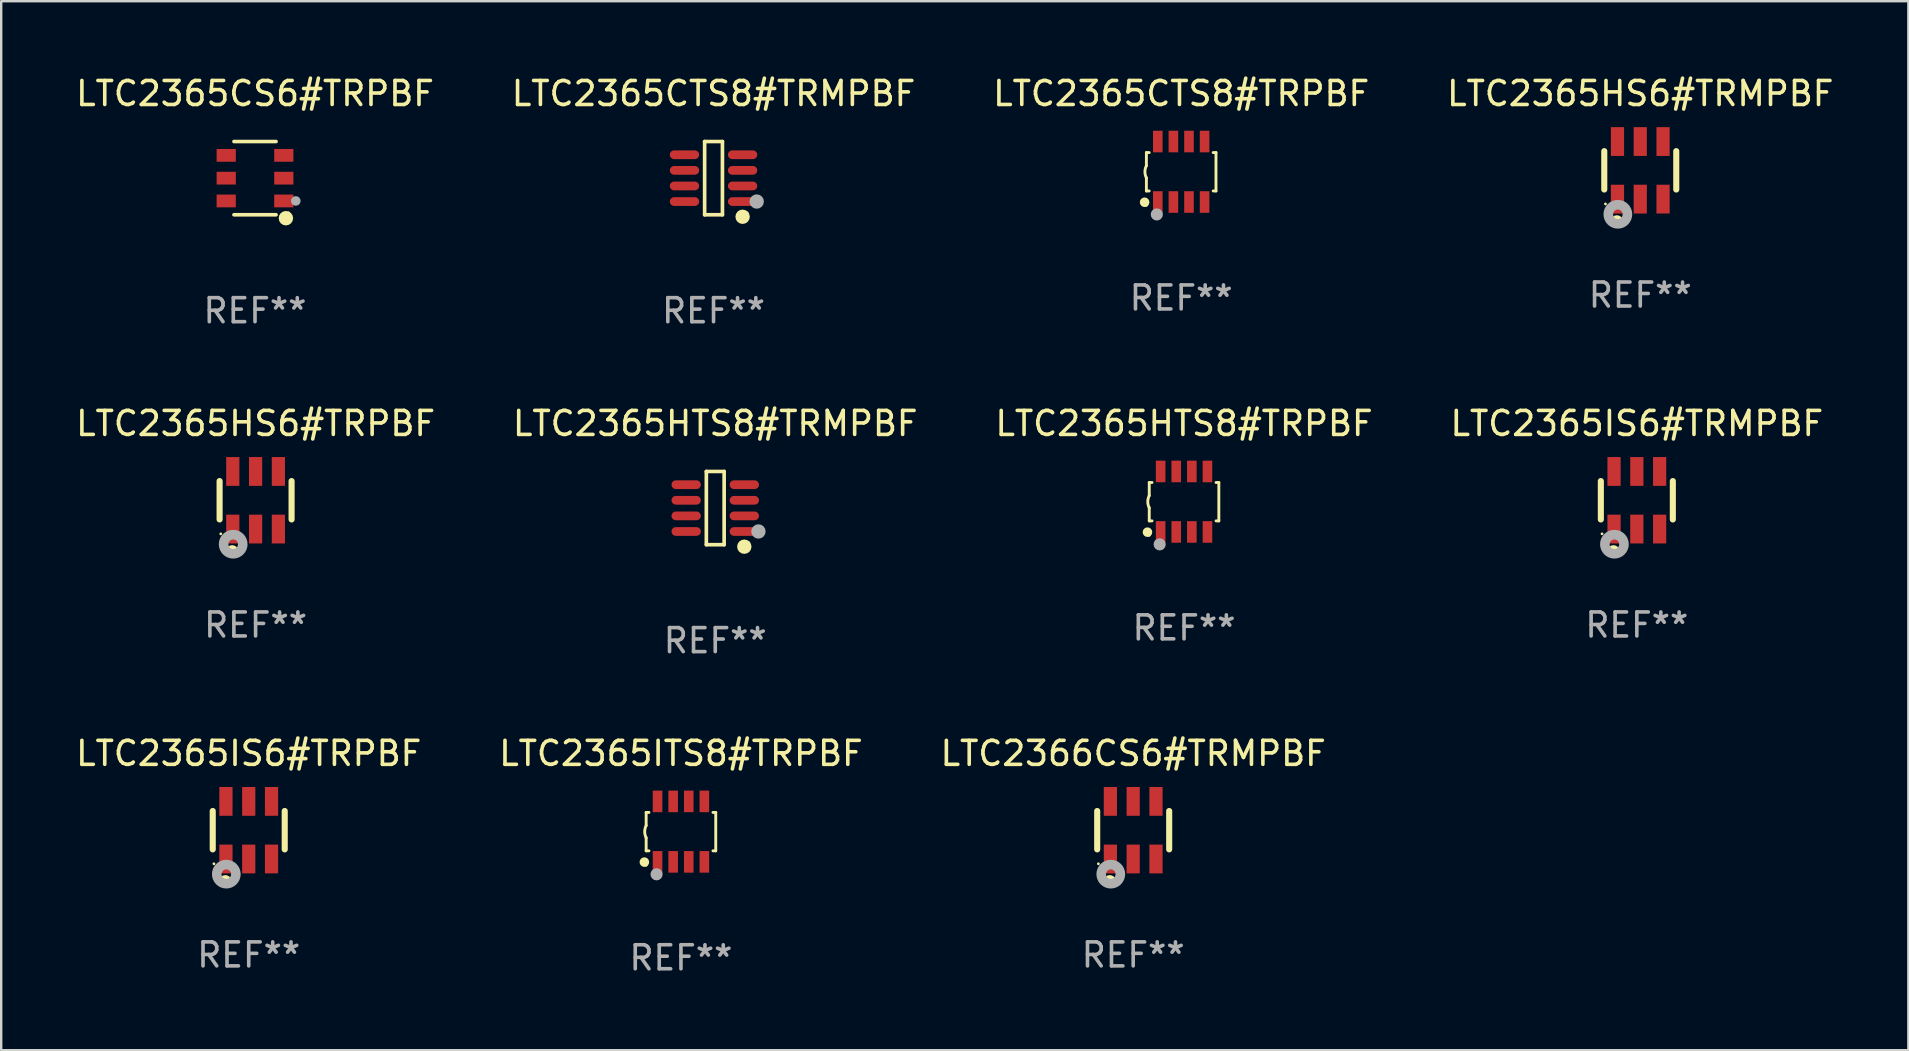
<source format=kicad_pcb>
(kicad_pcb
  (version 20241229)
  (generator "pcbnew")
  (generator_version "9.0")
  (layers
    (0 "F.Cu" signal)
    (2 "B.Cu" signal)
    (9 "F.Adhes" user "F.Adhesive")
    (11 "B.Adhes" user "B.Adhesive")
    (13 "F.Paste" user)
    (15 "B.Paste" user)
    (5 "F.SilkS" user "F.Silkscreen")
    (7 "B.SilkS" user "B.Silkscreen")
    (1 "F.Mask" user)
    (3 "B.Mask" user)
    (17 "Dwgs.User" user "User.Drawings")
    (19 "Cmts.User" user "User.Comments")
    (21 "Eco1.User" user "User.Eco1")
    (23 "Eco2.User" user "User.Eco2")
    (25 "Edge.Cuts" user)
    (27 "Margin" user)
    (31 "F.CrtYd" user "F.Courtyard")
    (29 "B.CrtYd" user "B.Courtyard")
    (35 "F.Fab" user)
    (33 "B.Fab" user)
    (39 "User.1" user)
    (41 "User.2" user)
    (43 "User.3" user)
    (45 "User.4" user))
  (footprint "LTC2365HTS8#TRPBF"
    (layer "F.Cu")
    (at 46.292 17.857)
    (property "Reference" "LTC2365HTS8#TRPBF" (at 0 -3.26 0) (layer "F.SilkS") (effects (font (size 1 1) (thickness 0.15))))
    (attr through_hole)
    (fp_line (start -1.45 -0.8) (end -1.45 -0.254) (stroke (width 0.12) (type solid)) (layer "F.SilkS"))
    (fp_line (start -1.45 -0.8) (end -1.334 -0.8) (stroke (width 0.12) (type solid)) (layer "F.SilkS"))
    (fp_line (start -1.45 0.8) (end -1.45 0.254) (stroke (width 0.12) (type solid)) (layer "F.SilkS"))
    (fp_line (start -1.45 0.8) (end -1.334 0.8) (stroke (width 0.12) (type solid)) (layer "F.SilkS"))
    (fp_line (start 1.334 -0.8) (end 1.45 -0.8) (stroke (width 0.12) (type solid)) (layer "F.SilkS"))
    (fp_line (start 1.334 0.8) (end 1.45 0.8) (stroke (width 0.12) (type solid)) (layer "F.SilkS"))
    (fp_line (start 1.45 0.8) (end 1.45 -0.8) (stroke (width 0.12) (type solid)) (layer "F.SilkS"))
    (fp_arc (start -1.45075 0.255144) (mid -1.510605 0.000434) (end -1.450013 -0.254102) (stroke (width 0.11999) (type solid)) (layer "F.SilkS"))
    (fp_circle (center -1.524 1.27) (end -1.424 1.27) (stroke (width 0.2) (type solid)) (fill no) (layer "F.SilkS"))
    (fp_circle (center -1.45 1.4) (end -1.42 1.4) (stroke (width 0.06) (type solid)) (fill no) (layer "F.SilkS"))
    (fp_circle (center -1.016 1.778) (end -0.889 1.778) (stroke (width 0.254) (type solid)) (fill no) (layer "F.Fab"))
    (fp_text user "REF**" (at 0 5.26 0) (layer "F.Fab") (effects (font (size 1 1) (thickness 0.15))))
    (pad "1" smd rect (at -0.975 1.26) (size 0.4 0.9) (layers "F.Cu" "F.Mask" "F.Paste"))
    (pad "2" smd rect (at -0.325 1.26) (size 0.4 0.9) (layers "F.Cu" "F.Mask" "F.Paste"))
    (pad "3" smd rect (at 0.325 1.26) (size 0.4 0.9) (layers "F.Cu" "F.Mask" "F.Paste"))
    (pad "4" smd rect (at 0.975 1.26) (size 0.4 0.9) (layers "F.Cu" "F.Mask" "F.Paste"))
    (pad "5" smd rect (at 0.975 -1.26) (size 0.4 0.9) (layers "F.Cu" "F.Mask" "F.Paste"))
    (pad "6" smd rect (at 0.325 -1.26) (size 0.4 0.9) (layers "F.Cu" "F.Mask" "F.Paste"))
    (pad "7" smd rect (at -0.325 -1.26) (size 0.4 0.9) (layers "F.Cu" "F.Mask" "F.Paste"))
    (pad "8" smd rect (at -0.975 -1.26) (size 0.4 0.9) (layers "F.Cu" "F.Mask" "F.Paste")))
  (footprint "LTC2366CS6#TRMPBF"
    (layer "F.Cu")
    (at 44.173 31.546)
    (property "Reference" "LTC2366CS6#TRMPBF" (at 0 -3.2 0) (layer "F.SilkS") (effects (font (size 1 1) (thickness 0.15))))
    (attr through_hole)
    (fp_line (start -1.5 0.8) (end -1.5 -0.8) (stroke (width 0.254) (type solid)) (layer "F.SilkS"))
    (fp_line (start 1.5 -0.8) (end 1.5 0.8) (stroke (width 0.254) (type solid)) (layer "F.SilkS"))
    (fp_circle (center -1.45 1.4) (end -1.42 1.4) (stroke (width 0.06) (type solid)) (fill no) (layer "F.SilkS"))
    (fp_circle (center -0.975 2.125) (end -0.848 2.125) (stroke (width 0.254) (type solid)) (fill no) (layer "F.SilkS"))
    (fp_circle (center -0.934 1.832) (end -0.735 1.832) (stroke (width 0.4) (type solid)) (fill no) (layer "F.Fab"))
    (fp_text user "REF**" (at 0 5.2 0) (layer "F.Fab") (effects (font (size 1 1) (thickness 0.15))))
    (pad "1" smd rect (at -0.95 1.2) (size 0.55 1.2) (layers "F.Cu" "F.Mask" "F.Paste"))
    (pad "2" smd rect (at 0 1.2) (size 0.55 1.2) (layers "F.Cu" "F.Mask" "F.Paste"))
    (pad "3" smd rect (at 0.95 1.2) (size 0.55 1.2) (layers "F.Cu" "F.Mask" "F.Paste"))
    (pad "4" smd rect (at 0.95 -1.2) (size 0.55 1.2) (layers "F.Cu" "F.Mask" "F.Paste"))
    (pad "5" smd rect (at 0 -1.2) (size 0.55 1.2) (layers "F.Cu" "F.Mask" "F.Paste"))
    (pad "6" smd rect (at -0.95 -1.2) (size 0.55 1.2) (layers "F.Cu" "F.Mask" "F.Paste")))
  (footprint "LTC2365HTS8#TRMPBF"
    (layer "F.Cu")
    (at 26.756 18.123)
    (property "Reference" "LTC2365HTS8#TRMPBF" (at 0 -3.526 0) (layer "F.SilkS") (effects (font (size 1 1) (thickness 0.15))))
    (attr through_hole)
    (fp_line (start -0.371 -1.526) (end 0.371 -1.526) (stroke (width 0.152) (type solid)) (layer "F.SilkS"))
    (fp_line (start -0.371 1.526) (end -0.371 -1.526) (stroke (width 0.152) (type solid)) (layer "F.SilkS"))
    (fp_line (start 0.371 -1.526) (end 0.371 1.526) (stroke (width 0.152) (type solid)) (layer "F.SilkS"))
    (fp_line (start 0.371 1.526) (end -0.371 1.526) (stroke (width 0.152) (type solid)) (layer "F.SilkS"))
    (fp_circle (center 1.211 1.609) (end 1.361 1.609) (stroke (width 0.3) (type solid)) (fill no) (layer "F.SilkS"))
    (fp_circle (center 1.4 1.45) (end 1.43 1.45) (stroke (width 0.06) (type solid)) (fill no) (layer "F.SilkS"))
    (fp_circle (center 1.8 0.975) (end 1.95 0.975) (stroke (width 0.3) (type solid)) (fill no) (layer "F.Fab"))
    (fp_text user "REF**" (at 0 5.526 0) (layer "F.Fab") (effects (font (size 1 1) (thickness 0.15))))
    (pad "1" smd oval (at 1.211 0.975) (size 1.222 0.364) (layers "F.Cu" "F.Mask" "F.Paste"))
    (pad "2" smd oval (at 1.211 0.325) (size 1.222 0.364) (layers "F.Cu" "F.Mask" "F.Paste"))
    (pad "3" smd oval (at 1.211 -0.325) (size 1.222 0.364) (layers "F.Cu" "F.Mask" "F.Paste"))
    (pad "4" smd oval (at 1.211 -0.975) (size 1.222 0.364) (layers "F.Cu" "F.Mask" "F.Paste"))
    (pad "5" smd oval (at -1.211 -0.975) (size 1.222 0.364) (layers "F.Cu" "F.Mask" "F.Paste"))
    (pad "6" smd oval (at -1.211 -0.325) (size 1.222 0.364) (layers "F.Cu" "F.Mask" "F.Paste"))
    (pad "7" smd oval (at -1.211 0.325) (size 1.222 0.364) (layers "F.Cu" "F.Mask" "F.Paste"))
    (pad "8" smd oval (at -1.211 0.975) (size 1.222 0.364) (layers "F.Cu" "F.Mask" "F.Paste")))
  (footprint "LTC2365HS6#TRPBF"
    (layer "F.Cu")
    (at 7.601 17.797)
    (property "Reference" "LTC2365HS6#TRPBF" (at 0 -3.2 0) (layer "F.SilkS") (effects (font (size 1 1) (thickness 0.15))))
    (attr through_hole)
    (fp_line (start -1.5 0.8) (end -1.5 -0.8) (stroke (width 0.254) (type solid)) (layer "F.SilkS"))
    (fp_line (start 1.5 -0.8) (end 1.5 0.8) (stroke (width 0.254) (type solid)) (layer "F.SilkS"))
    (fp_circle (center -1.45 1.4) (end -1.42 1.4) (stroke (width 0.06) (type solid)) (fill no) (layer "F.SilkS"))
    (fp_circle (center -0.975 2.125) (end -0.848 2.125) (stroke (width 0.254) (type solid)) (fill no) (layer "F.SilkS"))
    (fp_circle (center -0.934 1.832) (end -0.735 1.832) (stroke (width 0.4) (type solid)) (fill no) (layer "F.Fab"))
    (fp_text user "REF**" (at 0 5.2 0) (layer "F.Fab") (effects (font (size 1 1) (thickness 0.15))))
    (pad "1" smd rect (at -0.95 1.2) (size 0.55 1.2) (layers "F.Cu" "F.Mask" "F.Paste"))
    (pad "2" smd rect (at 0 1.2) (size 0.55 1.2) (layers "F.Cu" "F.Mask" "F.Paste"))
    (pad "3" smd rect (at 0.95 1.2) (size 0.55 1.2) (layers "F.Cu" "F.Mask" "F.Paste"))
    (pad "4" smd rect (at 0.95 -1.2) (size 0.55 1.2) (layers "F.Cu" "F.Mask" "F.Paste"))
    (pad "5" smd rect (at 0 -1.2) (size 0.55 1.2) (layers "F.Cu" "F.Mask" "F.Paste"))
    (pad "6" smd rect (at -0.95 -1.2) (size 0.55 1.2) (layers "F.Cu" "F.Mask" "F.Paste")))
  (footprint "LTC2365ITS8#TRPBF"
    (layer "F.Cu")
    (at 25.327 31.606)
    (property "Reference" "LTC2365ITS8#TRPBF" (at 0 -3.26 0) (layer "F.SilkS") (effects (font (size 1 1) (thickness 0.15))))
    (attr through_hole)
    (fp_line (start -1.45 -0.8) (end -1.45 -0.254) (stroke (width 0.12) (type solid)) (layer "F.SilkS"))
    (fp_line (start -1.45 -0.8) (end -1.334 -0.8) (stroke (width 0.12) (type solid)) (layer "F.SilkS"))
    (fp_line (start -1.45 0.8) (end -1.45 0.254) (stroke (width 0.12) (type solid)) (layer "F.SilkS"))
    (fp_line (start -1.45 0.8) (end -1.334 0.8) (stroke (width 0.12) (type solid)) (layer "F.SilkS"))
    (fp_line (start 1.334 -0.8) (end 1.45 -0.8) (stroke (width 0.12) (type solid)) (layer "F.SilkS"))
    (fp_line (start 1.334 0.8) (end 1.45 0.8) (stroke (width 0.12) (type solid)) (layer "F.SilkS"))
    (fp_line (start 1.45 0.8) (end 1.45 -0.8) (stroke (width 0.12) (type solid)) (layer "F.SilkS"))
    (fp_arc (start -1.45075 0.255144) (mid -1.510605 0.000434) (end -1.450013 -0.254102) (stroke (width 0.11999) (type solid)) (layer "F.SilkS"))
    (fp_circle (center -1.524 1.27) (end -1.424 1.27) (stroke (width 0.2) (type solid)) (fill no) (layer "F.SilkS"))
    (fp_circle (center -1.45 1.4) (end -1.42 1.4) (stroke (width 0.06) (type solid)) (fill no) (layer "F.SilkS"))
    (fp_circle (center -1.016 1.778) (end -0.889 1.778) (stroke (width 0.254) (type solid)) (fill no) (layer "F.Fab"))
    (fp_text user "REF**" (at 0 5.26 0) (layer "F.Fab") (effects (font (size 1 1) (thickness 0.15))))
    (pad "1" smd rect (at -0.975 1.26) (size 0.4 0.9) (layers "F.Cu" "F.Mask" "F.Paste"))
    (pad "2" smd rect (at -0.325 1.26) (size 0.4 0.9) (layers "F.Cu" "F.Mask" "F.Paste"))
    (pad "3" smd rect (at 0.325 1.26) (size 0.4 0.9) (layers "F.Cu" "F.Mask" "F.Paste"))
    (pad "4" smd rect (at 0.975 1.26) (size 0.4 0.9) (layers "F.Cu" "F.Mask" "F.Paste"))
    (pad "5" smd rect (at 0.975 -1.26) (size 0.4 0.9) (layers "F.Cu" "F.Mask" "F.Paste"))
    (pad "6" smd rect (at 0.325 -1.26) (size 0.4 0.9) (layers "F.Cu" "F.Mask" "F.Paste"))
    (pad "7" smd rect (at -0.325 -1.26) (size 0.4 0.9) (layers "F.Cu" "F.Mask" "F.Paste"))
    (pad "8" smd rect (at -0.975 -1.26) (size 0.4 0.9) (layers "F.Cu" "F.Mask" "F.Paste")))
  (footprint "LTC2365IS6#TRPBF"
    (layer "F.Cu")
    (at 7.315 31.546)
    (property "Reference" "LTC2365IS6#TRPBF" (at 0 -3.2 0) (layer "F.SilkS") (effects (font (size 1 1) (thickness 0.15))))
    (attr through_hole)
    (fp_line (start -1.5 0.8) (end -1.5 -0.8) (stroke (width 0.254) (type solid)) (layer "F.SilkS"))
    (fp_line (start 1.5 -0.8) (end 1.5 0.8) (stroke (width 0.254) (type solid)) (layer "F.SilkS"))
    (fp_circle (center -1.45 1.4) (end -1.42 1.4) (stroke (width 0.06) (type solid)) (fill no) (layer "F.SilkS"))
    (fp_circle (center -0.975 2.125) (end -0.848 2.125) (stroke (width 0.254) (type solid)) (fill no) (layer "F.SilkS"))
    (fp_circle (center -0.934 1.832) (end -0.735 1.832) (stroke (width 0.4) (type solid)) (fill no) (layer "F.Fab"))
    (fp_text user "REF**" (at 0 5.2 0) (layer "F.Fab") (effects (font (size 1 1) (thickness 0.15))))
    (pad "1" smd rect (at -0.95 1.2) (size 0.55 1.2) (layers "F.Cu" "F.Mask" "F.Paste"))
    (pad "2" smd rect (at 0 1.2) (size 0.55 1.2) (layers "F.Cu" "F.Mask" "F.Paste"))
    (pad "3" smd rect (at 0.95 1.2) (size 0.55 1.2) (layers "F.Cu" "F.Mask" "F.Paste"))
    (pad "4" smd rect (at 0.95 -1.2) (size 0.55 1.2) (layers "F.Cu" "F.Mask" "F.Paste"))
    (pad "5" smd rect (at 0 -1.2) (size 0.55 1.2) (layers "F.Cu" "F.Mask" "F.Paste"))
    (pad "6" smd rect (at -0.95 -1.2) (size 0.55 1.2) (layers "F.Cu" "F.Mask" "F.Paste")))
  (footprint "LTC2365CS6#TRPBF"
    (layer "F.Cu")
    (at 7.577 4.374)
    (property "Reference" "LTC2365CS6#TRPBF" (at 0 -3.526 0) (layer "F.SilkS") (effects (font (size 1 1) (thickness 0.15))))
    (attr through_hole)
    (fp_line (start 0.876 -1.526) (end -0.876 -1.526) (stroke (width 0.152) (type solid)) (layer "F.SilkS"))
    (fp_line (start 0.876 1.526) (end -0.876 1.526) (stroke (width 0.152) (type solid)) (layer "F.SilkS"))
    (fp_circle (center 1.287 1.669) (end 1.438 1.669) (stroke (width 0.3) (type solid)) (fill no) (layer "F.SilkS"))
    (fp_circle (center 1.4 1.45) (end 1.43 1.45) (stroke (width 0.06) (type solid)) (fill no) (layer "F.SilkS"))
    (fp_circle (center 1.7 0.95) (end 1.8 0.95) (stroke (width 0.2) (type solid)) (fill no) (layer "F.Fab"))
    (fp_text user "REF**" (at 0 5.526 0) (layer "F.Fab") (effects (font (size 1 1) (thickness 0.15))))
    (pad "1" smd rect (at 1.2 0.95) (size 0.8 0.532) (layers "F.Cu" "F.Mask" "F.Paste"))
    (pad "2" smd rect (at 1.2 0) (size 0.8 0.532) (layers "F.Cu" "F.Mask" "F.Paste"))
    (pad "3" smd rect (at 1.2 -0.95) (size 0.8 0.532) (layers "F.Cu" "F.Mask" "F.Paste"))
    (pad "4" smd rect (at -1.2 -0.95) (size 0.8 0.532) (layers "F.Cu" "F.Mask" "F.Paste"))
    (pad "5" smd rect (at -1.2 0) (size 0.8 0.532) (layers "F.Cu" "F.Mask" "F.Paste"))
    (pad "6" smd rect (at -1.2 0.95) (size 0.8 0.532) (layers "F.Cu" "F.Mask" "F.Paste")))
  (footprint "LTC2365HS6#TRMPBF"
    (layer "F.Cu")
    (at 65.304 4.048)
    (property "Reference" "LTC2365HS6#TRMPBF" (at 0 -3.2 0) (layer "F.SilkS") (effects (font (size 1 1) (thickness 0.15))))
    (attr through_hole)
    (fp_line (start -1.5 0.8) (end -1.5 -0.8) (stroke (width 0.254) (type solid)) (layer "F.SilkS"))
    (fp_line (start 1.5 -0.8) (end 1.5 0.8) (stroke (width 0.254) (type solid)) (layer "F.SilkS"))
    (fp_circle (center -1.45 1.4) (end -1.42 1.4) (stroke (width 0.06) (type solid)) (fill no) (layer "F.SilkS"))
    (fp_circle (center -0.975 2.125) (end -0.848 2.125) (stroke (width 0.254) (type solid)) (fill no) (layer "F.SilkS"))
    (fp_circle (center -0.934 1.832) (end -0.735 1.832) (stroke (width 0.4) (type solid)) (fill no) (layer "F.Fab"))
    (fp_text user "REF**" (at 0 5.2 0) (layer "F.Fab") (effects (font (size 1 1) (thickness 0.15))))
    (pad "1" smd rect (at -0.95 1.2) (size 0.55 1.2) (layers "F.Cu" "F.Mask" "F.Paste"))
    (pad "2" smd rect (at 0 1.2) (size 0.55 1.2) (layers "F.Cu" "F.Mask" "F.Paste"))
    (pad "3" smd rect (at 0.95 1.2) (size 0.55 1.2) (layers "F.Cu" "F.Mask" "F.Paste"))
    (pad "4" smd rect (at 0.95 -1.2) (size 0.55 1.2) (layers "F.Cu" "F.Mask" "F.Paste"))
    (pad "5" smd rect (at 0 -1.2) (size 0.55 1.2) (layers "F.Cu" "F.Mask" "F.Paste"))
    (pad "6" smd rect (at -0.95 -1.2) (size 0.55 1.2) (layers "F.Cu" "F.Mask" "F.Paste")))
  (footprint "LTC2365CTS8#TRPBF"
    (layer "F.Cu")
    (at 46.173 4.108)
    (property "Reference" "LTC2365CTS8#TRPBF" (at 0 -3.26 0) (layer "F.SilkS") (effects (font (size 1 1) (thickness 0.15))))
    (attr through_hole)
    (fp_line (start -1.45 -0.8) (end -1.45 -0.254) (stroke (width 0.12) (type solid)) (layer "F.SilkS"))
    (fp_line (start -1.45 -0.8) (end -1.334 -0.8) (stroke (width 0.12) (type solid)) (layer "F.SilkS"))
    (fp_line (start -1.45 0.8) (end -1.45 0.254) (stroke (width 0.12) (type solid)) (layer "F.SilkS"))
    (fp_line (start -1.45 0.8) (end -1.334 0.8) (stroke (width 0.12) (type solid)) (layer "F.SilkS"))
    (fp_line (start 1.334 -0.8) (end 1.45 -0.8) (stroke (width 0.12) (type solid)) (layer "F.SilkS"))
    (fp_line (start 1.334 0.8) (end 1.45 0.8) (stroke (width 0.12) (type solid)) (layer "F.SilkS"))
    (fp_line (start 1.45 0.8) (end 1.45 -0.8) (stroke (width 0.12) (type solid)) (layer "F.SilkS"))
    (fp_arc (start -1.45075 0.255144) (mid -1.510605 0.000434) (end -1.450013 -0.254102) (stroke (width 0.11999) (type solid)) (layer "F.SilkS"))
    (fp_circle (center -1.524 1.27) (end -1.424 1.27) (stroke (width 0.2) (type solid)) (fill no) (layer "F.SilkS"))
    (fp_circle (center -1.45 1.4) (end -1.42 1.4) (stroke (width 0.06) (type solid)) (fill no) (layer "F.SilkS"))
    (fp_circle (center -1.016 1.778) (end -0.889 1.778) (stroke (width 0.254) (type solid)) (fill no) (layer "F.Fab"))
    (fp_text user "REF**" (at 0 5.26 0) (layer "F.Fab") (effects (font (size 1 1) (thickness 0.15))))
    (pad "1" smd rect (at -0.975 1.26) (size 0.4 0.9) (layers "F.Cu" "F.Mask" "F.Paste"))
    (pad "2" smd rect (at -0.325 1.26) (size 0.4 0.9) (layers "F.Cu" "F.Mask" "F.Paste"))
    (pad "3" smd rect (at 0.325 1.26) (size 0.4 0.9) (layers "F.Cu" "F.Mask" "F.Paste"))
    (pad "4" smd rect (at 0.975 1.26) (size 0.4 0.9) (layers "F.Cu" "F.Mask" "F.Paste"))
    (pad "5" smd rect (at 0.975 -1.26) (size 0.4 0.9) (layers "F.Cu" "F.Mask" "F.Paste"))
    (pad "6" smd rect (at 0.325 -1.26) (size 0.4 0.9) (layers "F.Cu" "F.Mask" "F.Paste"))
    (pad "7" smd rect (at -0.325 -1.26) (size 0.4 0.9) (layers "F.Cu" "F.Mask" "F.Paste"))
    (pad "8" smd rect (at -0.975 -1.26) (size 0.4 0.9) (layers "F.Cu" "F.Mask" "F.Paste")))
  (footprint "LTC2365CTS8#TRMPBF"
    (layer "F.Cu")
    (at 26.685 4.374)
    (property "Reference" "LTC2365CTS8#TRMPBF" (at 0 -3.526 0) (layer "F.SilkS") (effects (font (size 1 1) (thickness 0.15))))
    (attr through_hole)
    (fp_line (start -0.371 -1.526) (end 0.371 -1.526) (stroke (width 0.152) (type solid)) (layer "F.SilkS"))
    (fp_line (start -0.371 1.526) (end -0.371 -1.526) (stroke (width 0.152) (type solid)) (layer "F.SilkS"))
    (fp_line (start 0.371 -1.526) (end 0.371 1.526) (stroke (width 0.152) (type solid)) (layer "F.SilkS"))
    (fp_line (start 0.371 1.526) (end -0.371 1.526) (stroke (width 0.152) (type solid)) (layer "F.SilkS"))
    (fp_circle (center 1.211 1.609) (end 1.361 1.609) (stroke (width 0.3) (type solid)) (fill no) (layer "F.SilkS"))
    (fp_circle (center 1.4 1.45) (end 1.43 1.45) (stroke (width 0.06) (type solid)) (fill no) (layer "F.SilkS"))
    (fp_circle (center 1.8 0.975) (end 1.95 0.975) (stroke (width 0.3) (type solid)) (fill no) (layer "F.Fab"))
    (fp_text user "REF**" (at 0 5.526 0) (layer "F.Fab") (effects (font (size 1 1) (thickness 0.15))))
    (pad "1" smd oval (at 1.211 0.975) (size 1.222 0.364) (layers "F.Cu" "F.Mask" "F.Paste"))
    (pad "2" smd oval (at 1.211 0.325) (size 1.222 0.364) (layers "F.Cu" "F.Mask" "F.Paste"))
    (pad "3" smd oval (at 1.211 -0.325) (size 1.222 0.364) (layers "F.Cu" "F.Mask" "F.Paste"))
    (pad "4" smd oval (at 1.211 -0.975) (size 1.222 0.364) (layers "F.Cu" "F.Mask" "F.Paste"))
    (pad "5" smd oval (at -1.211 -0.975) (size 1.222 0.364) (layers "F.Cu" "F.Mask" "F.Paste"))
    (pad "6" smd oval (at -1.211 -0.325) (size 1.222 0.364) (layers "F.Cu" "F.Mask" "F.Paste"))
    (pad "7" smd oval (at -1.211 0.325) (size 1.222 0.364) (layers "F.Cu" "F.Mask" "F.Paste"))
    (pad "8" smd oval (at -1.211 0.975) (size 1.222 0.364) (layers "F.Cu" "F.Mask" "F.Paste")))
  (footprint "LTC2365IS6#TRMPBF"
    (layer "F.Cu")
    (at 65.161 17.797)
    (property "Reference" "LTC2365IS6#TRMPBF" (at 0 -3.2 0) (layer "F.SilkS") (effects (font (size 1 1) (thickness 0.15))))
    (attr through_hole)
    (fp_line (start -1.5 0.8) (end -1.5 -0.8) (stroke (width 0.254) (type solid)) (layer "F.SilkS"))
    (fp_line (start 1.5 -0.8) (end 1.5 0.8) (stroke (width 0.254) (type solid)) (layer "F.SilkS"))
    (fp_circle (center -1.45 1.4) (end -1.42 1.4) (stroke (width 0.06) (type solid)) (fill no) (layer "F.SilkS"))
    (fp_circle (center -0.975 2.125) (end -0.848 2.125) (stroke (width 0.254) (type solid)) (fill no) (layer "F.SilkS"))
    (fp_circle (center -0.934 1.832) (end -0.735 1.832) (stroke (width 0.4) (type solid)) (fill no) (layer "F.Fab"))
    (fp_text user "REF**" (at 0 5.2 0) (layer "F.Fab") (effects (font (size 1 1) (thickness 0.15))))
    (pad "1" smd rect (at -0.95 1.2) (size 0.55 1.2) (layers "F.Cu" "F.Mask" "F.Paste"))
    (pad "2" smd rect (at 0 1.2) (size 0.55 1.2) (layers "F.Cu" "F.Mask" "F.Paste"))
    (pad "3" smd rect (at 0.95 1.2) (size 0.55 1.2) (layers "F.Cu" "F.Mask" "F.Paste"))
    (pad "4" smd rect (at 0.95 -1.2) (size 0.55 1.2) (layers "F.Cu" "F.Mask" "F.Paste"))
    (pad "5" smd rect (at 0 -1.2) (size 0.55 1.2) (layers "F.Cu" "F.Mask" "F.Paste"))
    (pad "6" smd rect (at -0.95 -1.2) (size 0.55 1.2) (layers "F.Cu" "F.Mask" "F.Paste")))
  (gr_rect
    (start -3 -3)
    (end 76.476 40.714)
    (stroke (width 0.1) (type default))
    (fill no)
    (layer "Edge.Cuts")))
</source>
